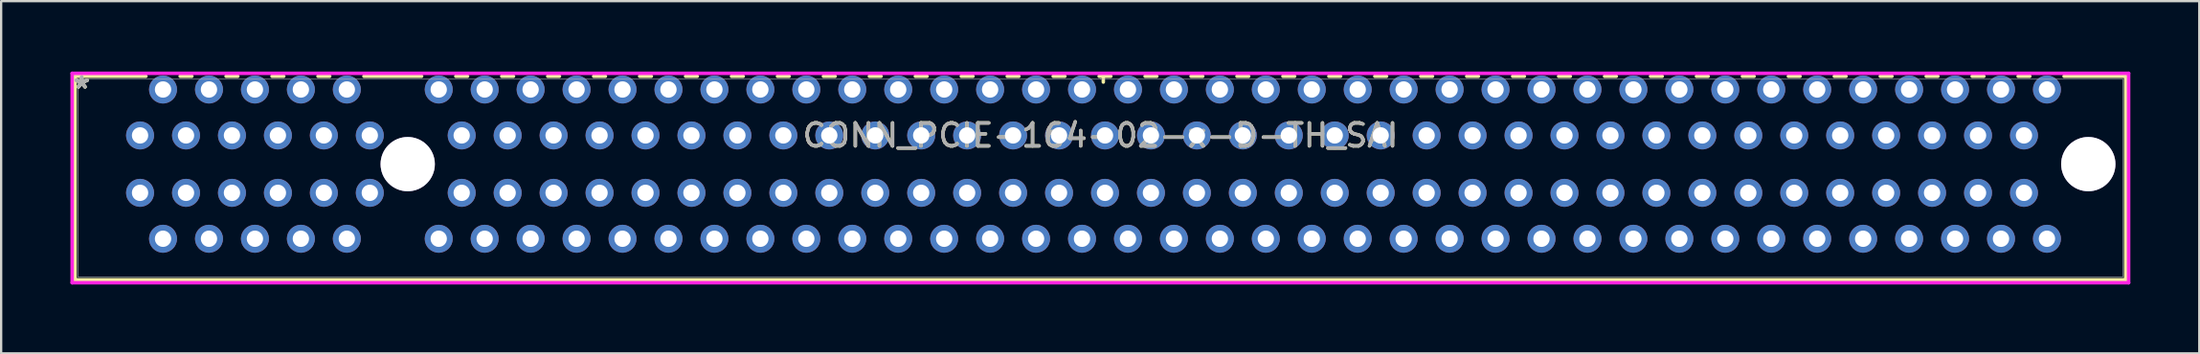
<source format=kicad_pcb>
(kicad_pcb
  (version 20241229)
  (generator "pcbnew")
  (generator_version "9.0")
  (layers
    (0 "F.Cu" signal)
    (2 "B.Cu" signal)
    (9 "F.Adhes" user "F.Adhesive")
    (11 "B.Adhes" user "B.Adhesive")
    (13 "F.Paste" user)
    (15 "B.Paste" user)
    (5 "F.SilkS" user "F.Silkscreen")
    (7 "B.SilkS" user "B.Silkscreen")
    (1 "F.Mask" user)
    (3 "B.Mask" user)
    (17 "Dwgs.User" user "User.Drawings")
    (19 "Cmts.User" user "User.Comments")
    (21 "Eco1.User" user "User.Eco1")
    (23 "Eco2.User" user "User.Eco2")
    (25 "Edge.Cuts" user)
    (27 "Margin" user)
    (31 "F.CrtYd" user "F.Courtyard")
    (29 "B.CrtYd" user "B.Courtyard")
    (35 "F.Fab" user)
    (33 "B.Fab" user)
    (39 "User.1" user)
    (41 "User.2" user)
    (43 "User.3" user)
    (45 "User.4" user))
  (footprint "CONN_PCIE-164-02-x-D-TH_SAI"
    (layer "F.Cu")
    (at 3.046 2.848)
    (property "Reference" "CONN_PCIE-164-02-x-D-TH_SAI" (at 41.8 0 0) (unlocked yes) (layer "F.SilkS") (effects (font (size 1 1) (thickness 0.15))))
    (attr through_hole)
    (fp_line (start -2.828 -2.577) (end -2.828 6.288) (stroke (width 0.152) (type solid)) (layer "F.SilkS"))
    (fp_line (start -2.828 6.288) (end 86.428 6.288) (stroke (width 0.152) (type solid)) (layer "F.SilkS"))
    (fp_line (start 0.255 -2.577) (end -2.828 -2.577) (stroke (width 0.152) (type solid)) (layer "F.SilkS"))
    (fp_line (start 2.255 -2.577) (end 1.745 -2.577) (stroke (width 0.152) (type solid)) (layer "F.SilkS"))
    (fp_line (start 4.255 -2.577) (end 3.745 -2.577) (stroke (width 0.152) (type solid)) (layer "F.SilkS"))
    (fp_line (start 6.255 -2.577) (end 5.745 -2.577) (stroke (width 0.152) (type solid)) (layer "F.SilkS"))
    (fp_line (start 8.255 -2.577) (end 7.745 -2.577) (stroke (width 0.152) (type solid)) (layer "F.SilkS"))
    (fp_line (start 12.255 -2.577) (end 9.745 -2.577) (stroke (width 0.152) (type solid)) (layer "F.SilkS"))
    (fp_line (start 14.255 -2.577) (end 13.745 -2.577) (stroke (width 0.152) (type solid)) (layer "F.SilkS"))
    (fp_line (start 16.255 -2.577) (end 15.745 -2.577) (stroke (width 0.152) (type solid)) (layer "F.SilkS"))
    (fp_line (start 18.255 -2.577) (end 17.745 -2.577) (stroke (width 0.152) (type solid)) (layer "F.SilkS"))
    (fp_line (start 20.255 -2.577) (end 19.745 -2.577) (stroke (width 0.152) (type solid)) (layer "F.SilkS"))
    (fp_line (start 22.255 -2.577) (end 21.745 -2.577) (stroke (width 0.152) (type solid)) (layer "F.SilkS"))
    (fp_line (start 24.255 -2.577) (end 23.745 -2.577) (stroke (width 0.152) (type solid)) (layer "F.SilkS"))
    (fp_line (start 26.255 -2.577) (end 25.745 -2.577) (stroke (width 0.152) (type solid)) (layer "F.SilkS"))
    (fp_line (start 28.255 -2.577) (end 27.745 -2.577) (stroke (width 0.152) (type solid)) (layer "F.SilkS"))
    (fp_line (start 30.255 -2.577) (end 29.745 -2.577) (stroke (width 0.152) (type solid)) (layer "F.SilkS"))
    (fp_line (start 32.255 -2.577) (end 31.745 -2.577) (stroke (width 0.152) (type solid)) (layer "F.SilkS"))
    (fp_line (start 34.255 -2.577) (end 33.745 -2.577) (stroke (width 0.152) (type solid)) (layer "F.SilkS"))
    (fp_line (start 36.255 -2.577) (end 35.745 -2.577) (stroke (width 0.152) (type solid)) (layer "F.SilkS"))
    (fp_line (start 38.255 -2.577) (end 37.745 -2.577) (stroke (width 0.152) (type solid)) (layer "F.SilkS"))
    (fp_line (start 40.255 -2.577) (end 39.745 -2.577) (stroke (width 0.152) (type solid)) (layer "F.SilkS"))
    (fp_line (start 41.927 -2.323) (end 41.927 -2.577) (stroke (width 0.152) (type solid)) (layer "F.SilkS"))
    (fp_line (start 42.255 -2.577) (end 41.745 -2.577) (stroke (width 0.152) (type solid)) (layer "F.SilkS"))
    (fp_line (start 44.255 -2.577) (end 43.745 -2.577) (stroke (width 0.152) (type solid)) (layer "F.SilkS"))
    (fp_line (start 46.255 -2.577) (end 45.745 -2.577) (stroke (width 0.152) (type solid)) (layer "F.SilkS"))
    (fp_line (start 48.255 -2.577) (end 47.745 -2.577) (stroke (width 0.152) (type solid)) (layer "F.SilkS"))
    (fp_line (start 50.255 -2.577) (end 49.745 -2.577) (stroke (width 0.152) (type solid)) (layer "F.SilkS"))
    (fp_line (start 52.255 -2.577) (end 51.745 -2.577) (stroke (width 0.152) (type solid)) (layer "F.SilkS"))
    (fp_line (start 54.255 -2.577) (end 53.745 -2.577) (stroke (width 0.152) (type solid)) (layer "F.SilkS"))
    (fp_line (start 56.255 -2.577) (end 55.745 -2.577) (stroke (width 0.152) (type solid)) (layer "F.SilkS"))
    (fp_line (start 58.255 -2.577) (end 57.745 -2.577) (stroke (width 0.152) (type solid)) (layer "F.SilkS"))
    (fp_line (start 60.255 -2.577) (end 59.745 -2.577) (stroke (width 0.152) (type solid)) (layer "F.SilkS"))
    (fp_line (start 62.255 -2.577) (end 61.745 -2.577) (stroke (width 0.152) (type solid)) (layer "F.SilkS"))
    (fp_line (start 64.255 -2.577) (end 63.745 -2.577) (stroke (width 0.152) (type solid)) (layer "F.SilkS"))
    (fp_line (start 66.255 -2.577) (end 65.745 -2.577) (stroke (width 0.152) (type solid)) (layer "F.SilkS"))
    (fp_line (start 68.255 -2.577) (end 67.745 -2.577) (stroke (width 0.152) (type solid)) (layer "F.SilkS"))
    (fp_line (start 70.255 -2.577) (end 69.745 -2.577) (stroke (width 0.152) (type solid)) (layer "F.SilkS"))
    (fp_line (start 72.255 -2.577) (end 71.745 -2.577) (stroke (width 0.152) (type solid)) (layer "F.SilkS"))
    (fp_line (start 74.255 -2.577) (end 73.745 -2.577) (stroke (width 0.152) (type solid)) (layer "F.SilkS"))
    (fp_line (start 76.255 -2.577) (end 75.745 -2.577) (stroke (width 0.152) (type solid)) (layer "F.SilkS"))
    (fp_line (start 78.255 -2.577) (end 77.745 -2.577) (stroke (width 0.152) (type solid)) (layer "F.SilkS"))
    (fp_line (start 80.255 -2.577) (end 79.745 -2.577) (stroke (width 0.152) (type solid)) (layer "F.SilkS"))
    (fp_line (start 82.255 -2.577) (end 81.745 -2.577) (stroke (width 0.152) (type solid)) (layer "F.SilkS"))
    (fp_line (start 86.428 -2.577) (end 83.745 -2.577) (stroke (width 0.152) (type solid)) (layer "F.SilkS"))
    (fp_line (start 86.428 6.288) (end 86.428 -2.577) (stroke (width 0.152) (type solid)) (layer "F.SilkS"))
    (fp_line (start -2.955 -2.704) (end -2.955 6.415) (stroke (width 0.152) (type solid)) (layer "F.CrtYd"))
    (fp_line (start -2.955 6.415) (end 86.555 6.415) (stroke (width 0.152) (type solid)) (layer "F.CrtYd"))
    (fp_line (start 86.555 -2.704) (end -2.955 -2.704) (stroke (width 0.152) (type solid)) (layer "F.CrtYd"))
    (fp_line (start 86.555 6.415) (end 86.555 -2.704) (stroke (width 0.152) (type solid)) (layer "F.CrtYd"))
    (fp_line (start -2.701 -2.45) (end -2.701 6.161) (stroke (width 0.025) (type solid)) (layer "F.Fab"))
    (fp_line (start -2.701 6.161) (end 86.301 6.161) (stroke (width 0.025) (type solid)) (layer "F.Fab"))
    (fp_line (start 41.8 -2.45) (end 41.8 -2.45) (stroke (width 0.025) (type solid)) (layer "F.Fab"))
    (fp_line (start 41.8 -2.45) (end 41.8 -2.45) (stroke (width 0.025) (type solid)) (layer "F.Fab"))
    (fp_line (start 41.8 -2.45) (end 41.8 -2.45) (stroke (width 0.025) (type solid)) (layer "F.Fab"))
    (fp_line (start 41.8 -2.45) (end 41.8 -2.45) (stroke (width 0.025) (type solid)) (layer "F.Fab"))
    (fp_line (start 86.301 -2.45) (end -2.701 -2.45) (stroke (width 0.025) (type solid)) (layer "F.Fab"))
    (fp_line (start 86.301 6.161) (end 86.301 -2.45) (stroke (width 0.025) (type solid)) (layer "F.Fab"))
    (fp_text user "*" (at -2.54 -2 0) (unlocked yes) (layer "F.SilkS") (effects (font (size 1 1) (thickness 0.15))))
    (fp_text user "*" (at -2.54 -2 0) (layer "F.SilkS") (effects (font (size 1 1) (thickness 0.15))))
    (fp_text user "${REFERENCE}" (at 41.8 0 0) (unlocked yes) (layer "F.Fab") (effects (font (size 1 1) (thickness 0.15))))
    (fp_text user "*" (at -2.54 -2 0) (layer "F.Fab") (effects (font (size 1 1) (thickness 0.15))))
    (fp_text user "*" (at -2.54 -2 0) (unlocked yes) (layer "F.Fab") (effects (font (size 1 1) (thickness 0.15))))
    (pad "165" thru_hole circle (at 11.65 1.25) (size 2.362 2.362) (drill 2.362) (layers "*.Cu" "*.Mask"))
    (pad "166" thru_hole circle (at 84.8 1.25) (size 2.362 2.362) (drill 2.362) (layers "*.Cu" "*.Mask"))
    (pad "A1" thru_hole circle (at 0 0) (size 1.219 1.219) (drill 0.711) (layers "*.Cu" "*.Mask"))
    (pad "A2" thru_hole circle (at 1 -2) (size 1.219 1.219) (drill 0.711) (layers "*.Cu" "*.Mask"))
    (pad "A3" thru_hole circle (at 2 0) (size 1.219 1.219) (drill 0.711) (layers "*.Cu" "*.Mask"))
    (pad "A4" thru_hole circle (at 3 -2) (size 1.219 1.219) (drill 0.711) (layers "*.Cu" "*.Mask"))
    (pad "A5" thru_hole circle (at 4 0) (size 1.219 1.219) (drill 0.711) (layers "*.Cu" "*.Mask"))
    (pad "A6" thru_hole circle (at 5 -2) (size 1.219 1.219) (drill 0.711) (layers "*.Cu" "*.Mask"))
    (pad "A7" thru_hole circle (at 6 0) (size 1.219 1.219) (drill 0.711) (layers "*.Cu" "*.Mask"))
    (pad "A8" thru_hole circle (at 7 -2) (size 1.219 1.219) (drill 0.711) (layers "*.Cu" "*.Mask"))
    (pad "A9" thru_hole circle (at 8 0) (size 1.219 1.219) (drill 0.711) (layers "*.Cu" "*.Mask"))
    (pad "A10" thru_hole circle (at 9 -2) (size 1.219 1.219) (drill 0.711) (layers "*.Cu" "*.Mask"))
    (pad "A11" thru_hole circle (at 10 0) (size 1.219 1.219) (drill 0.711) (layers "*.Cu" "*.Mask"))
    (pad "A12" thru_hole circle (at 13 -2) (size 1.219 1.219) (drill 0.711) (layers "*.Cu" "*.Mask"))
    (pad "A13" thru_hole circle (at 14 0) (size 1.219 1.219) (drill 0.711) (layers "*.Cu" "*.Mask"))
    (pad "A14" thru_hole circle (at 15 -2) (size 1.219 1.219) (drill 0.711) (layers "*.Cu" "*.Mask"))
    (pad "A15" thru_hole circle (at 16 0) (size 1.219 1.219) (drill 0.711) (layers "*.Cu" "*.Mask"))
    (pad "A16" thru_hole circle (at 17 -2) (size 1.219 1.219) (drill 0.711) (layers "*.Cu" "*.Mask"))
    (pad "A17" thru_hole circle (at 18 0) (size 1.219 1.219) (drill 0.711) (layers "*.Cu" "*.Mask"))
    (pad "A18" thru_hole circle (at 19 -2) (size 1.219 1.219) (drill 0.711) (layers "*.Cu" "*.Mask"))
    (pad "A19" thru_hole circle (at 20 0) (size 1.219 1.219) (drill 0.711) (layers "*.Cu" "*.Mask"))
    (pad "A20" thru_hole circle (at 21 -2) (size 1.219 1.219) (drill 0.711) (layers "*.Cu" "*.Mask"))
    (pad "A21" thru_hole circle (at 22 0) (size 1.219 1.219) (drill 0.711) (layers "*.Cu" "*.Mask"))
    (pad "A22" thru_hole circle (at 23 -2) (size 1.219 1.219) (drill 0.711) (layers "*.Cu" "*.Mask"))
    (pad "A23" thru_hole circle (at 24 0) (size 1.219 1.219) (drill 0.711) (layers "*.Cu" "*.Mask"))
    (pad "A24" thru_hole circle (at 25 -2) (size 1.219 1.219) (drill 0.711) (layers "*.Cu" "*.Mask"))
    (pad "A25" thru_hole circle (at 26 0) (size 1.219 1.219) (drill 0.711) (layers "*.Cu" "*.Mask"))
    (pad "A26" thru_hole circle (at 27 -2) (size 1.219 1.219) (drill 0.711) (layers "*.Cu" "*.Mask"))
    (pad "A27" thru_hole circle (at 28 0) (size 1.219 1.219) (drill 0.711) (layers "*.Cu" "*.Mask"))
    (pad "A28" thru_hole circle (at 29 -2) (size 1.219 1.219) (drill 0.711) (layers "*.Cu" "*.Mask"))
    (pad "A29" thru_hole circle (at 30 0) (size 1.219 1.219) (drill 0.711) (layers "*.Cu" "*.Mask"))
    (pad "A30" thru_hole circle (at 31 -2) (size 1.219 1.219) (drill 0.711) (layers "*.Cu" "*.Mask"))
    (pad "A31" thru_hole circle (at 32 0) (size 1.219 1.219) (drill 0.711) (layers "*.Cu" "*.Mask"))
    (pad "A32" thru_hole circle (at 33 -2) (size 1.219 1.219) (drill 0.711) (layers "*.Cu" "*.Mask"))
    (pad "A33" thru_hole circle (at 34 0) (size 1.219 1.219) (drill 0.711) (layers "*.Cu" "*.Mask"))
    (pad "A34" thru_hole circle (at 35 -2) (size 1.219 1.219) (drill 0.711) (layers "*.Cu" "*.Mask"))
    (pad "A35" thru_hole circle (at 36 0) (size 1.219 1.219) (drill 0.711) (layers "*.Cu" "*.Mask"))
    (pad "A36" thru_hole circle (at 37 -2) (size 1.219 1.219) (drill 0.711) (layers "*.Cu" "*.Mask"))
    (pad "A37" thru_hole circle (at 38 0) (size 1.219 1.219) (drill 0.711) (layers "*.Cu" "*.Mask"))
    (pad "A38" thru_hole circle (at 39 -2) (size 1.219 1.219) (drill 0.711) (layers "*.Cu" "*.Mask"))
    (pad "A39" thru_hole circle (at 40 0) (size 1.219 1.219) (drill 0.711) (layers "*.Cu" "*.Mask"))
    (pad "A40" thru_hole circle (at 41 -2) (size 1.219 1.219) (drill 0.711) (layers "*.Cu" "*.Mask"))
    (pad "A41" thru_hole circle (at 42 0) (size 1.219 1.219) (drill 0.711) (layers "*.Cu" "*.Mask"))
    (pad "A42" thru_hole circle (at 43 -2) (size 1.219 1.219) (drill 0.711) (layers "*.Cu" "*.Mask"))
    (pad "A43" thru_hole circle (at 44 0) (size 1.219 1.219) (drill 0.711) (layers "*.Cu" "*.Mask"))
    (pad "A44" thru_hole circle (at 45 -2) (size 1.219 1.219) (drill 0.711) (layers "*.Cu" "*.Mask"))
    (pad "A45" thru_hole circle (at 46 0) (size 1.219 1.219) (drill 0.711) (layers "*.Cu" "*.Mask"))
    (pad "A46" thru_hole circle (at 47 -2) (size 1.219 1.219) (drill 0.711) (layers "*.Cu" "*.Mask"))
    (pad "A47" thru_hole circle (at 48 0) (size 1.219 1.219) (drill 0.711) (layers "*.Cu" "*.Mask"))
    (pad "A48" thru_hole circle (at 49 -2) (size 1.219 1.219) (drill 0.711) (layers "*.Cu" "*.Mask"))
    (pad "A49" thru_hole circle (at 50 0) (size 1.219 1.219) (drill 0.711) (layers "*.Cu" "*.Mask"))
    (pad "A50" thru_hole circle (at 51 -2) (size 1.219 1.219) (drill 0.711) (layers "*.Cu" "*.Mask"))
    (pad "A51" thru_hole circle (at 52 0) (size 1.219 1.219) (drill 0.711) (layers "*.Cu" "*.Mask"))
    (pad "A52" thru_hole circle (at 53 -2) (size 1.219 1.219) (drill 0.711) (layers "*.Cu" "*.Mask"))
    (pad "A53" thru_hole circle (at 54 0) (size 1.219 1.219) (drill 0.711) (layers "*.Cu" "*.Mask"))
    (pad "A54" thru_hole circle (at 55 -2) (size 1.219 1.219) (drill 0.711) (layers "*.Cu" "*.Mask"))
    (pad "A55" thru_hole circle (at 56 0) (size 1.219 1.219) (drill 0.711) (layers "*.Cu" "*.Mask"))
    (pad "A56" thru_hole circle (at 57 -2) (size 1.219 1.219) (drill 0.711) (layers "*.Cu" "*.Mask"))
    (pad "A57" thru_hole circle (at 58 0) (size 1.219 1.219) (drill 0.711) (layers "*.Cu" "*.Mask"))
    (pad "A58" thru_hole circle (at 59 -2) (size 1.219 1.219) (drill 0.711) (layers "*.Cu" "*.Mask"))
    (pad "A59" thru_hole circle (at 60 0) (size 1.219 1.219) (drill 0.711) (layers "*.Cu" "*.Mask"))
    (pad "A60" thru_hole circle (at 61 -2) (size 1.219 1.219) (drill 0.711) (layers "*.Cu" "*.Mask"))
    (pad "A61" thru_hole circle (at 62 0) (size 1.219 1.219) (drill 0.711) (layers "*.Cu" "*.Mask"))
    (pad "A62" thru_hole circle (at 63 -2) (size 1.219 1.219) (drill 0.711) (layers "*.Cu" "*.Mask"))
    (pad "A63" thru_hole circle (at 64 0) (size 1.219 1.219) (drill 0.711) (layers "*.Cu" "*.Mask"))
    (pad "A64" thru_hole circle (at 65 -2) (size 1.219 1.219) (drill 0.711) (layers "*.Cu" "*.Mask"))
    (pad "A65" thru_hole circle (at 66 0) (size 1.219 1.219) (drill 0.711) (layers "*.Cu" "*.Mask"))
    (pad "A66" thru_hole circle (at 67 -2) (size 1.219 1.219) (drill 0.711) (layers "*.Cu" "*.Mask"))
    (pad "A67" thru_hole circle (at 68 0) (size 1.219 1.219) (drill 0.711) (layers "*.Cu" "*.Mask"))
    (pad "A68" thru_hole circle (at 69 -2) (size 1.219 1.219) (drill 0.711) (layers "*.Cu" "*.Mask"))
    (pad "A69" thru_hole circle (at 70 0) (size 1.219 1.219) (drill 0.711) (layers "*.Cu" "*.Mask"))
    (pad "A70" thru_hole circle (at 71 -2) (size 1.219 1.219) (drill 0.711) (layers "*.Cu" "*.Mask"))
    (pad "A71" thru_hole circle (at 72 0) (size 1.219 1.219) (drill 0.711) (layers "*.Cu" "*.Mask"))
    (pad "A72" thru_hole circle (at 73 -2) (size 1.219 1.219) (drill 0.711) (layers "*.Cu" "*.Mask"))
    (pad "A73" thru_hole circle (at 74 0) (size 1.219 1.219) (drill 0.711) (layers "*.Cu" "*.Mask"))
    (pad "A74" thru_hole circle (at 75 -2) (size 1.219 1.219) (drill 0.711) (layers "*.Cu" "*.Mask"))
    (pad "A75" thru_hole circle (at 76 0) (size 1.219 1.219) (drill 0.711) (layers "*.Cu" "*.Mask"))
    (pad "A76" thru_hole circle (at 77 -2) (size 1.219 1.219) (drill 0.711) (layers "*.Cu" "*.Mask"))
    (pad "A77" thru_hole circle (at 78 0) (size 1.219 1.219) (drill 0.711) (layers "*.Cu" "*.Mask"))
    (pad "A78" thru_hole circle (at 79 -2) (size 1.219 1.219) (drill 0.711) (layers "*.Cu" "*.Mask"))
    (pad "A79" thru_hole circle (at 80 0) (size 1.219 1.219) (drill 0.711) (layers "*.Cu" "*.Mask"))
    (pad "A80" thru_hole circle (at 81 -2) (size 1.219 1.219) (drill 0.711) (layers "*.Cu" "*.Mask"))
    (pad "A81" thru_hole circle (at 82 0) (size 1.219 1.219) (drill 0.711) (layers "*.Cu" "*.Mask"))
    (pad "A82" thru_hole circle (at 83 -2) (size 1.219 1.219) (drill 0.711) (layers "*.Cu" "*.Mask"))
    (pad "B1" thru_hole circle (at 0 2.5) (size 1.219 1.219) (drill 0.711) (layers "*.Cu" "*.Mask"))
    (pad "B2" thru_hole circle (at 1 4.5) (size 1.219 1.219) (drill 0.711) (layers "*.Cu" "*.Mask"))
    (pad "B3" thru_hole circle (at 2 2.5) (size 1.219 1.219) (drill 0.711) (layers "*.Cu" "*.Mask"))
    (pad "B4" thru_hole circle (at 3 4.5) (size 1.219 1.219) (drill 0.711) (layers "*.Cu" "*.Mask"))
    (pad "B5" thru_hole circle (at 4 2.5) (size 1.219 1.219) (drill 0.711) (layers "*.Cu" "*.Mask"))
    (pad "B6" thru_hole circle (at 5 4.5) (size 1.219 1.219) (drill 0.711) (layers "*.Cu" "*.Mask"))
    (pad "B7" thru_hole circle (at 6 2.5) (size 1.219 1.219) (drill 0.711) (layers "*.Cu" "*.Mask"))
    (pad "B8" thru_hole circle (at 7 4.5) (size 1.219 1.219) (drill 0.711) (layers "*.Cu" "*.Mask"))
    (pad "B9" thru_hole circle (at 8 2.5) (size 1.219 1.219) (drill 0.711) (layers "*.Cu" "*.Mask"))
    (pad "B10" thru_hole circle (at 9 4.5) (size 1.219 1.219) (drill 0.711) (layers "*.Cu" "*.Mask"))
    (pad "B11" thru_hole circle (at 10 2.5) (size 1.219 1.219) (drill 0.711) (layers "*.Cu" "*.Mask"))
    (pad "B12" thru_hole circle (at 13 4.5) (size 1.219 1.219) (drill 0.711) (layers "*.Cu" "*.Mask"))
    (pad "B13" thru_hole circle (at 14 2.5) (size 1.219 1.219) (drill 0.711) (layers "*.Cu" "*.Mask"))
    (pad "B14" thru_hole circle (at 15 4.5) (size 1.219 1.219) (drill 0.711) (layers "*.Cu" "*.Mask"))
    (pad "B15" thru_hole circle (at 16 2.5) (size 1.219 1.219) (drill 0.711) (layers "*.Cu" "*.Mask"))
    (pad "B16" thru_hole circle (at 17 4.5) (size 1.219 1.219) (drill 0.711) (layers "*.Cu" "*.Mask"))
    (pad "B17" thru_hole circle (at 18 2.5) (size 1.219 1.219) (drill 0.711) (layers "*.Cu" "*.Mask"))
    (pad "B18" thru_hole circle (at 19 4.5) (size 1.219 1.219) (drill 0.711) (layers "*.Cu" "*.Mask"))
    (pad "B19" thru_hole circle (at 20 2.5) (size 1.219 1.219) (drill 0.711) (layers "*.Cu" "*.Mask"))
    (pad "B20" thru_hole circle (at 21 4.5) (size 1.219 1.219) (drill 0.711) (layers "*.Cu" "*.Mask"))
    (pad "B21" thru_hole circle (at 22 2.5) (size 1.219 1.219) (drill 0.711) (layers "*.Cu" "*.Mask"))
    (pad "B22" thru_hole circle (at 23 4.5) (size 1.219 1.219) (drill 0.711) (layers "*.Cu" "*.Mask"))
    (pad "B23" thru_hole circle (at 24 2.5) (size 1.219 1.219) (drill 0.711) (layers "*.Cu" "*.Mask"))
    (pad "B24" thru_hole circle (at 25 4.5) (size 1.219 1.219) (drill 0.711) (layers "*.Cu" "*.Mask"))
    (pad "B25" thru_hole circle (at 26 2.5) (size 1.219 1.219) (drill 0.711) (layers "*.Cu" "*.Mask"))
    (pad "B26" thru_hole circle (at 27 4.5) (size 1.219 1.219) (drill 0.711) (layers "*.Cu" "*.Mask"))
    (pad "B27" thru_hole circle (at 28 2.5) (size 1.219 1.219) (drill 0.711) (layers "*.Cu" "*.Mask"))
    (pad "B28" thru_hole circle (at 29 4.5) (size 1.219 1.219) (drill 0.711) (layers "*.Cu" "*.Mask"))
    (pad "B29" thru_hole circle (at 30 2.5) (size 1.219 1.219) (drill 0.711) (layers "*.Cu" "*.Mask"))
    (pad "B30" thru_hole circle (at 31 4.5) (size 1.219 1.219) (drill 0.711) (layers "*.Cu" "*.Mask"))
    (pad "B31" thru_hole circle (at 32 2.5) (size 1.219 1.219) (drill 0.711) (layers "*.Cu" "*.Mask"))
    (pad "B32" thru_hole circle (at 33 4.5) (size 1.219 1.219) (drill 0.711) (layers "*.Cu" "*.Mask"))
    (pad "B33" thru_hole circle (at 34 2.5) (size 1.219 1.219) (drill 0.711) (layers "*.Cu" "*.Mask"))
    (pad "B34" thru_hole circle (at 35 4.5) (size 1.219 1.219) (drill 0.711) (layers "*.Cu" "*.Mask"))
    (pad "B35" thru_hole circle (at 36 2.5) (size 1.219 1.219) (drill 0.711) (layers "*.Cu" "*.Mask"))
    (pad "B36" thru_hole circle (at 37 4.5) (size 1.219 1.219) (drill 0.711) (layers "*.Cu" "*.Mask"))
    (pad "B37" thru_hole circle (at 38 2.5) (size 1.219 1.219) (drill 0.711) (layers "*.Cu" "*.Mask"))
    (pad "B38" thru_hole circle (at 39 4.5) (size 1.219 1.219) (drill 0.711) (layers "*.Cu" "*.Mask"))
    (pad "B39" thru_hole circle (at 40 2.5) (size 1.219 1.219) (drill 0.711) (layers "*.Cu" "*.Mask"))
    (pad "B40" thru_hole circle (at 41 4.5) (size 1.219 1.219) (drill 0.711) (layers "*.Cu" "*.Mask"))
    (pad "B41" thru_hole circle (at 42 2.5) (size 1.219 1.219) (drill 0.711) (layers "*.Cu" "*.Mask"))
    (pad "B42" thru_hole circle (at 43 4.5) (size 1.219 1.219) (drill 0.711) (layers "*.Cu" "*.Mask"))
    (pad "B43" thru_hole circle (at 44 2.5) (size 1.219 1.219) (drill 0.711) (layers "*.Cu" "*.Mask"))
    (pad "B44" thru_hole circle (at 45 4.5) (size 1.219 1.219) (drill 0.711) (layers "*.Cu" "*.Mask"))
    (pad "B45" thru_hole circle (at 46 2.5) (size 1.219 1.219) (drill 0.711) (layers "*.Cu" "*.Mask"))
    (pad "B46" thru_hole circle (at 47 4.5) (size 1.219 1.219) (drill 0.711) (layers "*.Cu" "*.Mask"))
    (pad "B47" thru_hole circle (at 48 2.5) (size 1.219 1.219) (drill 0.711) (layers "*.Cu" "*.Mask"))
    (pad "B48" thru_hole circle (at 49 4.5) (size 1.219 1.219) (drill 0.711) (layers "*.Cu" "*.Mask"))
    (pad "B49" thru_hole circle (at 50 2.5) (size 1.219 1.219) (drill 0.711) (layers "*.Cu" "*.Mask"))
    (pad "B50" thru_hole circle (at 51 4.5) (size 1.219 1.219) (drill 0.711) (layers "*.Cu" "*.Mask"))
    (pad "B51" thru_hole circle (at 52 2.5) (size 1.219 1.219) (drill 0.711) (layers "*.Cu" "*.Mask"))
    (pad "B52" thru_hole circle (at 53 4.5) (size 1.219 1.219) (drill 0.711) (layers "*.Cu" "*.Mask"))
    (pad "B53" thru_hole circle (at 54 2.5) (size 1.219 1.219) (drill 0.711) (layers "*.Cu" "*.Mask"))
    (pad "B54" thru_hole circle (at 55 4.5) (size 1.219 1.219) (drill 0.711) (layers "*.Cu" "*.Mask"))
    (pad "B55" thru_hole circle (at 56 2.5) (size 1.219 1.219) (drill 0.711) (layers "*.Cu" "*.Mask"))
    (pad "B56" thru_hole circle (at 57 4.5) (size 1.219 1.219) (drill 0.711) (layers "*.Cu" "*.Mask"))
    (pad "B57" thru_hole circle (at 58 2.5) (size 1.219 1.219) (drill 0.711) (layers "*.Cu" "*.Mask"))
    (pad "B58" thru_hole circle (at 59 4.5) (size 1.219 1.219) (drill 0.711) (layers "*.Cu" "*.Mask"))
    (pad "B59" thru_hole circle (at 60 2.5) (size 1.219 1.219) (drill 0.711) (layers "*.Cu" "*.Mask"))
    (pad "B60" thru_hole circle (at 61 4.5) (size 1.219 1.219) (drill 0.711) (layers "*.Cu" "*.Mask"))
    (pad "B61" thru_hole circle (at 62 2.5) (size 1.219 1.219) (drill 0.711) (layers "*.Cu" "*.Mask"))
    (pad "B62" thru_hole circle (at 63 4.5) (size 1.219 1.219) (drill 0.711) (layers "*.Cu" "*.Mask"))
    (pad "B63" thru_hole circle (at 64 2.5) (size 1.219 1.219) (drill 0.711) (layers "*.Cu" "*.Mask"))
    (pad "B64" thru_hole circle (at 65 4.5) (size 1.219 1.219) (drill 0.711) (layers "*.Cu" "*.Mask"))
    (pad "B65" thru_hole circle (at 66 2.5) (size 1.219 1.219) (drill 0.711) (layers "*.Cu" "*.Mask"))
    (pad "B66" thru_hole circle (at 67 4.5) (size 1.219 1.219) (drill 0.711) (layers "*.Cu" "*.Mask"))
    (pad "B67" thru_hole circle (at 68 2.5) (size 1.219 1.219) (drill 0.711) (layers "*.Cu" "*.Mask"))
    (pad "B68" thru_hole circle (at 69 4.5) (size 1.219 1.219) (drill 0.711) (layers "*.Cu" "*.Mask"))
    (pad "B69" thru_hole circle (at 70 2.5) (size 1.219 1.219) (drill 0.711) (layers "*.Cu" "*.Mask"))
    (pad "B70" thru_hole circle (at 71 4.5) (size 1.219 1.219) (drill 0.711) (layers "*.Cu" "*.Mask"))
    (pad "B71" thru_hole circle (at 72 2.5) (size 1.219 1.219) (drill 0.711) (layers "*.Cu" "*.Mask"))
    (pad "B72" thru_hole circle (at 73 4.5) (size 1.219 1.219) (drill 0.711) (layers "*.Cu" "*.Mask"))
    (pad "B73" thru_hole circle (at 74 2.5) (size 1.219 1.219) (drill 0.711) (layers "*.Cu" "*.Mask"))
    (pad "B74" thru_hole circle (at 75 4.5) (size 1.219 1.219) (drill 0.711) (layers "*.Cu" "*.Mask"))
    (pad "B75" thru_hole circle (at 76 2.5) (size 1.219 1.219) (drill 0.711) (layers "*.Cu" "*.Mask"))
    (pad "B76" thru_hole circle (at 77 4.5) (size 1.219 1.219) (drill 0.711) (layers "*.Cu" "*.Mask"))
    (pad "B77" thru_hole circle (at 78 2.5) (size 1.219 1.219) (drill 0.711) (layers "*.Cu" "*.Mask"))
    (pad "B78" thru_hole circle (at 79 4.5) (size 1.219 1.219) (drill 0.711) (layers "*.Cu" "*.Mask"))
    (pad "B79" thru_hole circle (at 80 2.5) (size 1.219 1.219) (drill 0.711) (layers "*.Cu" "*.Mask"))
    (pad "B80" thru_hole circle (at 81 4.5) (size 1.219 1.219) (drill 0.711) (layers "*.Cu" "*.Mask"))
    (pad "B81" thru_hole circle (at 82 2.5) (size 1.219 1.219) (drill 0.711) (layers "*.Cu" "*.Mask"))
    (pad "B82" thru_hole circle (at 83 4.5) (size 1.219 1.219) (drill 0.711) (layers "*.Cu" "*.Mask")))
  (gr_rect
    (start -3 -3)
    (end 92.677 12.339)
    (stroke (width 0.1) (type default))
    (fill no)
    (layer "Edge.Cuts")))
</source>
